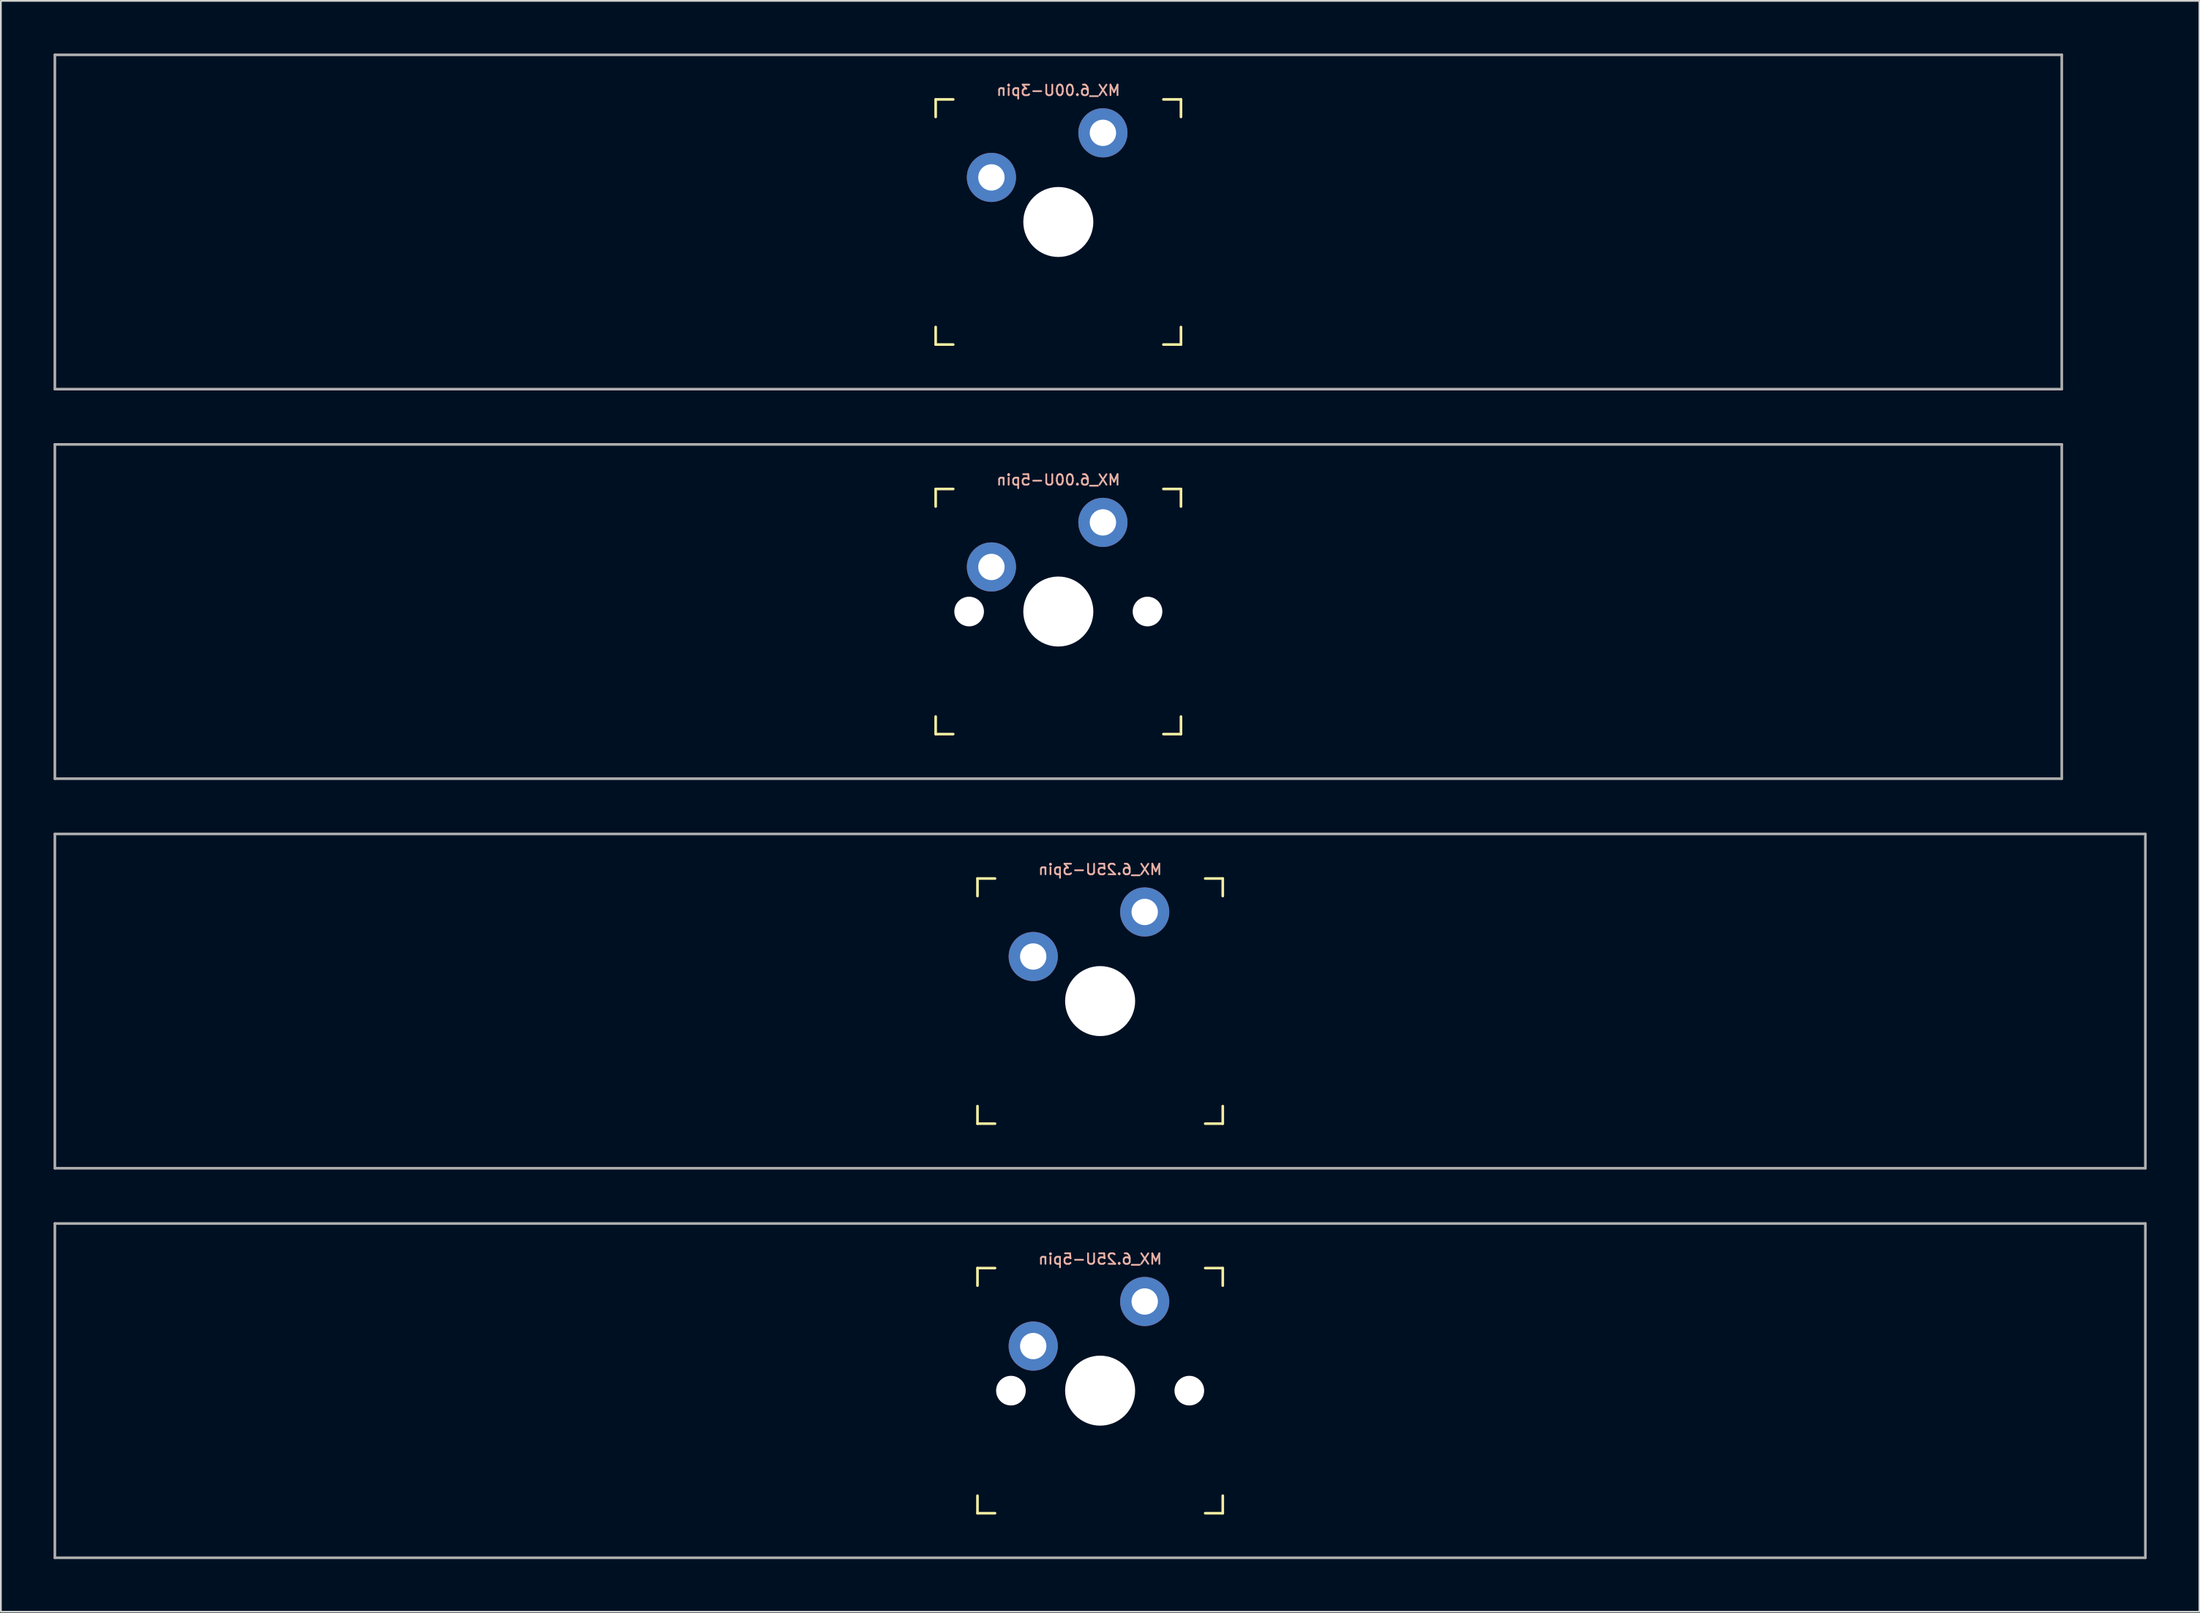
<source format=kicad_pcb>
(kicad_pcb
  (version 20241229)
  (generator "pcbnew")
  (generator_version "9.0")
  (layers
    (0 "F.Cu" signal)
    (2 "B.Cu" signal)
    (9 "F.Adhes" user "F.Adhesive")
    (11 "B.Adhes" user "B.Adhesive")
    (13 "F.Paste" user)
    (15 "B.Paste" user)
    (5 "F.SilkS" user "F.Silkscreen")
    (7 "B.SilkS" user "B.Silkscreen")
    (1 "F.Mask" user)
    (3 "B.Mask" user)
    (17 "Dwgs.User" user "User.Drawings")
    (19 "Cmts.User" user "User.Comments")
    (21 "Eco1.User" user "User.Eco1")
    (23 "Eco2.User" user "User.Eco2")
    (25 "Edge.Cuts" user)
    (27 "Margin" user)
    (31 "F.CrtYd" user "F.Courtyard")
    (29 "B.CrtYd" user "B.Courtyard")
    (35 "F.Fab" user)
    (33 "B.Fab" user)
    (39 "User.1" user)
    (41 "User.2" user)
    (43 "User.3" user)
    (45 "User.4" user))
  (footprint "MX_6.00U-3pin"
    (layer "F.Cu")
    (at 57.225 9.6)
    (property "Reference" "MX_6.00U-3pin" (at 0 -7.5 0) (layer "B.SilkS") (effects (font (size 0.6 0.6) (thickness 0.1)) (justify mirror)))
    (attr smd)
    (fp_line (start -6.985 -5.985) (end -6.985 -6.985) (stroke (width 0.15) (type solid)) (layer "F.SilkS"))
    (fp_line (start -6.985 6.985) (end -6.985 5.985) (stroke (width 0.15) (type solid)) (layer "F.SilkS"))
    (fp_line (start -6.985 6.985) (end -5.985 6.985) (stroke (width 0.15) (type solid)) (layer "F.SilkS"))
    (fp_line (start -5.985 -6.985) (end -6.985 -6.985) (stroke (width 0.15) (type solid)) (layer "F.SilkS"))
    (fp_line (start 5.985 6.985) (end 6.985 6.985) (stroke (width 0.15) (type solid)) (layer "F.SilkS"))
    (fp_line (start 6.985 -6.985) (end 5.985 -6.985) (stroke (width 0.15) (type solid)) (layer "F.SilkS"))
    (fp_line (start 6.985 -6.985) (end 6.985 -5.985) (stroke (width 0.15) (type solid)) (layer "F.SilkS"))
    (fp_line (start 6.985 5.985) (end 6.985 6.985) (stroke (width 0.15) (type solid)) (layer "F.SilkS"))
    (fp_line (start -6.985 6.985) (end -6.985 -6.985) (stroke (width 0.15) (type solid)) (layer "Eco2.User"))
    (fp_line (start -6.985 6.985) (end 6.985 6.985) (stroke (width 0.15) (type solid)) (layer "Eco2.User"))
    (fp_line (start 6.985 -6.985) (end -6.985 -6.985) (stroke (width 0.15) (type solid)) (layer "Eco2.User"))
    (fp_line (start 6.985 -6.985) (end 6.985 6.985) (stroke (width 0.15) (type solid)) (layer "Eco2.User"))
    (fp_line (start -57.15 -9.525) (end 57.15 -9.525) (stroke (width 0.15) (type solid)) (layer "F.Fab"))
    (fp_line (start -57.15 9.525) (end -57.15 -9.525) (stroke (width 0.15) (type solid)) (layer "F.Fab"))
    (fp_line (start 57.15 -9.525) (end 57.15 9.525) (stroke (width 0.15) (type solid)) (layer "F.Fab"))
    (fp_line (start 57.15 9.525) (end -57.15 9.525) (stroke (width 0.15) (type solid)) (layer "F.Fab"))
    (pad "" np_thru_hole circle (at 0 0) (size 3.988 3.988) (drill 3.988) (layers "*.Cu" "*.Mask"))
    (pad "1" thru_hole circle (at 2.54 -5.08 90) (size 2.8 2.8) (drill 1.5) (layers "*.Cu" "*.Mask"))
    (pad "2" thru_hole circle (at -3.81 -2.54) (size 2.8 2.8) (drill 1.5) (layers "*.Cu" "*.Mask")))
  (footprint "MX_6.00U-5pin"
    (layer "F.Cu")
    (at 57.225 31.8)
    (property "Reference" "MX_6.00U-5pin" (at 0 -7.5 0) (layer "B.SilkS") (effects (font (size 0.6 0.6) (thickness 0.1)) (justify mirror)))
    (attr smd)
    (fp_line (start -6.985 -5.985) (end -6.985 -6.985) (stroke (width 0.15) (type solid)) (layer "F.SilkS"))
    (fp_line (start -6.985 6.985) (end -6.985 5.985) (stroke (width 0.15) (type solid)) (layer "F.SilkS"))
    (fp_line (start -6.985 6.985) (end -5.985 6.985) (stroke (width 0.15) (type solid)) (layer "F.SilkS"))
    (fp_line (start -5.985 -6.985) (end -6.985 -6.985) (stroke (width 0.15) (type solid)) (layer "F.SilkS"))
    (fp_line (start 5.985 6.985) (end 6.985 6.985) (stroke (width 0.15) (type solid)) (layer "F.SilkS"))
    (fp_line (start 6.985 -6.985) (end 5.985 -6.985) (stroke (width 0.15) (type solid)) (layer "F.SilkS"))
    (fp_line (start 6.985 -6.985) (end 6.985 -5.985) (stroke (width 0.15) (type solid)) (layer "F.SilkS"))
    (fp_line (start 6.985 5.985) (end 6.985 6.985) (stroke (width 0.15) (type solid)) (layer "F.SilkS"))
    (fp_line (start -6.985 6.985) (end -6.985 -6.985) (stroke (width 0.15) (type solid)) (layer "Eco2.User"))
    (fp_line (start -6.985 6.985) (end 6.985 6.985) (stroke (width 0.15) (type solid)) (layer "Eco2.User"))
    (fp_line (start 6.985 -6.985) (end -6.985 -6.985) (stroke (width 0.15) (type solid)) (layer "Eco2.User"))
    (fp_line (start 6.985 -6.985) (end 6.985 6.985) (stroke (width 0.15) (type solid)) (layer "Eco2.User"))
    (fp_line (start -57.15 -9.525) (end 57.15 -9.525) (stroke (width 0.15) (type solid)) (layer "F.Fab"))
    (fp_line (start -57.15 9.525) (end -57.15 -9.525) (stroke (width 0.15) (type solid)) (layer "F.Fab"))
    (fp_line (start 57.15 -9.525) (end 57.15 9.525) (stroke (width 0.15) (type solid)) (layer "F.Fab"))
    (fp_line (start 57.15 9.525) (end -57.15 9.525) (stroke (width 0.15) (type solid)) (layer "F.Fab"))
    (pad "" np_thru_hole circle (at -5.08 0) (size 1.688 1.688) (drill 1.688) (layers "*.Cu" "*.Mask"))
    (pad "" np_thru_hole circle (at 0 0) (size 3.988 3.988) (drill 3.988) (layers "*.Cu" "*.Mask"))
    (pad "" np_thru_hole circle (at 5.08 0) (size 1.688 1.688) (drill 1.688) (layers "*.Cu" "*.Mask"))
    (pad "1" thru_hole circle (at 2.54 -5.08 90) (size 2.8 2.8) (drill 1.5) (layers "*.Cu" "*.Mask"))
    (pad "2" thru_hole circle (at -3.81 -2.54) (size 2.8 2.8) (drill 1.5) (layers "*.Cu" "*.Mask")))
  (footprint "MX_6.25U-5pin"
    (layer "F.Cu")
    (at 59.606 76.2)
    (property "Reference" "MX_6.25U-5pin" (at 0 -7.5 0) (layer "B.SilkS") (effects (font (size 0.6 0.6) (thickness 0.1)) (justify mirror)))
    (attr smd)
    (fp_line (start -6.985 -5.985) (end -6.985 -6.985) (stroke (width 0.15) (type solid)) (layer "F.SilkS"))
    (fp_line (start -6.985 6.985) (end -6.985 5.985) (stroke (width 0.15) (type solid)) (layer "F.SilkS"))
    (fp_line (start -6.985 6.985) (end -5.985 6.985) (stroke (width 0.15) (type solid)) (layer "F.SilkS"))
    (fp_line (start -5.985 -6.985) (end -6.985 -6.985) (stroke (width 0.15) (type solid)) (layer "F.SilkS"))
    (fp_line (start 5.985 6.985) (end 6.985 6.985) (stroke (width 0.15) (type solid)) (layer "F.SilkS"))
    (fp_line (start 6.985 -6.985) (end 5.985 -6.985) (stroke (width 0.15) (type solid)) (layer "F.SilkS"))
    (fp_line (start 6.985 -6.985) (end 6.985 -5.985) (stroke (width 0.15) (type solid)) (layer "F.SilkS"))
    (fp_line (start 6.985 5.985) (end 6.985 6.985) (stroke (width 0.15) (type solid)) (layer "F.SilkS"))
    (fp_line (start -6.985 6.985) (end -6.985 -6.985) (stroke (width 0.15) (type solid)) (layer "Eco2.User"))
    (fp_line (start -6.985 6.985) (end 6.985 6.985) (stroke (width 0.15) (type solid)) (layer "Eco2.User"))
    (fp_line (start 6.985 -6.985) (end -6.985 -6.985) (stroke (width 0.15) (type solid)) (layer "Eco2.User"))
    (fp_line (start 6.985 -6.985) (end 6.985 6.985) (stroke (width 0.15) (type solid)) (layer "Eco2.User"))
    (fp_line (start -59.531 -9.525) (end 59.531 -9.525) (stroke (width 0.15) (type solid)) (layer "F.Fab"))
    (fp_line (start -59.531 9.525) (end -59.531 -9.525) (stroke (width 0.15) (type solid)) (layer "F.Fab"))
    (fp_line (start 59.531 -9.525) (end 59.531 9.525) (stroke (width 0.15) (type solid)) (layer "F.Fab"))
    (fp_line (start 59.531 9.525) (end -59.531 9.525) (stroke (width 0.15) (type solid)) (layer "F.Fab"))
    (pad "" np_thru_hole circle (at -5.08 0) (size 1.688 1.688) (drill 1.688) (layers "*.Cu" "*.Mask"))
    (pad "" np_thru_hole circle (at 0 0) (size 3.988 3.988) (drill 3.988) (layers "*.Cu" "*.Mask"))
    (pad "" np_thru_hole circle (at 5.08 0) (size 1.688 1.688) (drill 1.688) (layers "*.Cu" "*.Mask"))
    (pad "1" thru_hole circle (at 2.54 -5.08 90) (size 2.8 2.8) (drill 1.5) (layers "*.Cu" "*.Mask"))
    (pad "2" thru_hole circle (at -3.81 -2.54) (size 2.8 2.8) (drill 1.5) (layers "*.Cu" "*.Mask")))
  (footprint "MX_6.25U-3pin"
    (layer "F.Cu")
    (at 59.606 54)
    (property "Reference" "MX_6.25U-3pin" (at 0 -7.5 0) (layer "B.SilkS") (effects (font (size 0.6 0.6) (thickness 0.1)) (justify mirror)))
    (attr smd)
    (fp_line (start -6.985 -5.985) (end -6.985 -6.985) (stroke (width 0.15) (type solid)) (layer "F.SilkS"))
    (fp_line (start -6.985 6.985) (end -6.985 5.985) (stroke (width 0.15) (type solid)) (layer "F.SilkS"))
    (fp_line (start -6.985 6.985) (end -5.985 6.985) (stroke (width 0.15) (type solid)) (layer "F.SilkS"))
    (fp_line (start -5.985 -6.985) (end -6.985 -6.985) (stroke (width 0.15) (type solid)) (layer "F.SilkS"))
    (fp_line (start 5.985 6.985) (end 6.985 6.985) (stroke (width 0.15) (type solid)) (layer "F.SilkS"))
    (fp_line (start 6.985 -6.985) (end 5.985 -6.985) (stroke (width 0.15) (type solid)) (layer "F.SilkS"))
    (fp_line (start 6.985 -6.985) (end 6.985 -5.985) (stroke (width 0.15) (type solid)) (layer "F.SilkS"))
    (fp_line (start 6.985 5.985) (end 6.985 6.985) (stroke (width 0.15) (type solid)) (layer "F.SilkS"))
    (fp_line (start -6.985 6.985) (end -6.985 -6.985) (stroke (width 0.15) (type solid)) (layer "Eco2.User"))
    (fp_line (start -6.985 6.985) (end 6.985 6.985) (stroke (width 0.15) (type solid)) (layer "Eco2.User"))
    (fp_line (start 6.985 -6.985) (end -6.985 -6.985) (stroke (width 0.15) (type solid)) (layer "Eco2.User"))
    (fp_line (start 6.985 -6.985) (end 6.985 6.985) (stroke (width 0.15) (type solid)) (layer "Eco2.User"))
    (fp_line (start -59.531 -9.525) (end 59.531 -9.525) (stroke (width 0.15) (type solid)) (layer "F.Fab"))
    (fp_line (start -59.531 9.525) (end -59.531 -9.525) (stroke (width 0.15) (type solid)) (layer "F.Fab"))
    (fp_line (start 59.531 -9.525) (end 59.531 9.525) (stroke (width 0.15) (type solid)) (layer "F.Fab"))
    (fp_line (start 59.531 9.525) (end -59.531 9.525) (stroke (width 0.15) (type solid)) (layer "F.Fab"))
    (pad "" np_thru_hole circle (at 0 0) (size 3.988 3.988) (drill 3.988) (layers "*.Cu" "*.Mask"))
    (pad "1" thru_hole circle (at 2.54 -5.08 90) (size 2.8 2.8) (drill 1.5) (layers "*.Cu" "*.Mask"))
    (pad "2" thru_hole circle (at -3.81 -2.54) (size 2.8 2.8) (drill 1.5) (layers "*.Cu" "*.Mask")))
  (gr_rect
    (start -3 -3)
    (end 122.213 88.8)
    (stroke (width 0.1) (type default))
    (fill no)
    (layer "Edge.Cuts")))
</source>
